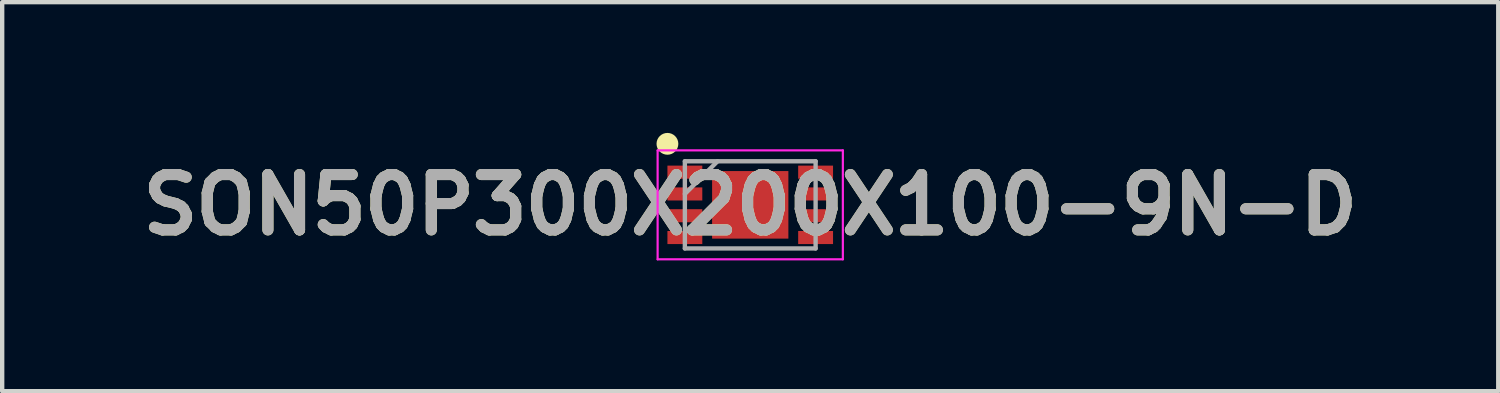
<source format=kicad_pcb>
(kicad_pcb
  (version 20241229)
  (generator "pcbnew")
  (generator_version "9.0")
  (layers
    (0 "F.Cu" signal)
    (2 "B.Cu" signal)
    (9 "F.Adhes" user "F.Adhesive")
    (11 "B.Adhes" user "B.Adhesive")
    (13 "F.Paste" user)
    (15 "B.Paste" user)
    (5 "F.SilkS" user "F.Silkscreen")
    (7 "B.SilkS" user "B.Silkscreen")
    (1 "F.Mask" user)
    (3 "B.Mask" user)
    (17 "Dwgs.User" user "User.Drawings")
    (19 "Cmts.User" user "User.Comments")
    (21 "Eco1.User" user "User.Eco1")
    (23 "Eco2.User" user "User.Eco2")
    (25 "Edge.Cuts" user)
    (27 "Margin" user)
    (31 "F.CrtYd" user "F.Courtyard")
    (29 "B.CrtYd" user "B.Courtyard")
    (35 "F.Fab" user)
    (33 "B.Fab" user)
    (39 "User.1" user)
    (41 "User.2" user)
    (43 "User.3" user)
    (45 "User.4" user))
  (footprint "SON50P300X200X100-9N-D"
    (layer "F.Cu")
    (at 14.164 1.65)
    (property "Reference" "SON50P300X200X100-9N-D" (at 0 0 0) (layer "F.SilkS") (effects (font (size 1.27 1.27) (thickness 0.254))))
    (attr smd)
    (fp_circle (center -1.9 -1.4) (end -1.9 -1.275) (stroke (width 0.25) (type solid)) (fill no) (layer "F.SilkS"))
    (fp_line (start -2.125 -1.25) (end 2.125 -1.25) (stroke (width 0.05) (type solid)) (layer "F.CrtYd"))
    (fp_line (start -2.125 1.25) (end -2.125 -1.25) (stroke (width 0.05) (type solid)) (layer "F.CrtYd"))
    (fp_line (start 2.125 -1.25) (end 2.125 1.25) (stroke (width 0.05) (type solid)) (layer "F.CrtYd"))
    (fp_line (start 2.125 1.25) (end -2.125 1.25) (stroke (width 0.05) (type solid)) (layer "F.CrtYd"))
    (fp_line (start -1.5 -1) (end 1.5 -1) (stroke (width 0.1) (type solid)) (layer "F.Fab"))
    (fp_line (start -1.5 -0.25) (end -0.75 -1) (stroke (width 0.1) (type solid)) (layer "F.Fab"))
    (fp_line (start -1.5 1) (end -1.5 -1) (stroke (width 0.1) (type solid)) (layer "F.Fab"))
    (fp_line (start 1.5 -1) (end 1.5 1) (stroke (width 0.1) (type solid)) (layer "F.Fab"))
    (fp_line (start 1.5 1) (end -1.5 1) (stroke (width 0.1) (type solid)) (layer "F.Fab"))
    (fp_text user "${REFERENCE}" (at 0 0 0) (layer "F.Fab") (effects (font (size 1.27 1.27) (thickness 0.254))))
    (pad "1" smd rect (at -1.5 -0.75 90) (size 0.3 0.8) (layers "F.Cu" "F.Mask" "F.Paste"))
    (pad "2" smd rect (at -1.5 -0.25 90) (size 0.3 0.8) (layers "F.Cu" "F.Mask" "F.Paste"))
    (pad "3" smd rect (at -1.5 0.25 90) (size 0.3 0.8) (layers "F.Cu" "F.Mask" "F.Paste"))
    (pad "4" smd rect (at -1.5 0.75 90) (size 0.3 0.8) (layers "F.Cu" "F.Mask" "F.Paste"))
    (pad "5" smd rect (at 1.5 0.75 90) (size 0.3 0.8) (layers "F.Cu" "F.Mask" "F.Paste"))
    (pad "6" smd rect (at 1.5 0.25 90) (size 0.3 0.8) (layers "F.Cu" "F.Mask" "F.Paste"))
    (pad "7" smd rect (at 1.5 -0.25 90) (size 0.3 0.8) (layers "F.Cu" "F.Mask" "F.Paste"))
    (pad "8" smd rect (at 1.5 -0.75 90) (size 0.3 0.8) (layers "F.Cu" "F.Mask" "F.Paste"))
    (pad "9" smd rect (at 0 0 90) (size 1.55 1.75) (layers "F.Cu" "F.Mask" "F.Paste")))
  (gr_rect
    (start -3 -3)
    (end 31.327 5.925)
    (stroke (width 0.1) (type default))
    (fill no)
    (layer "Edge.Cuts")))
</source>
